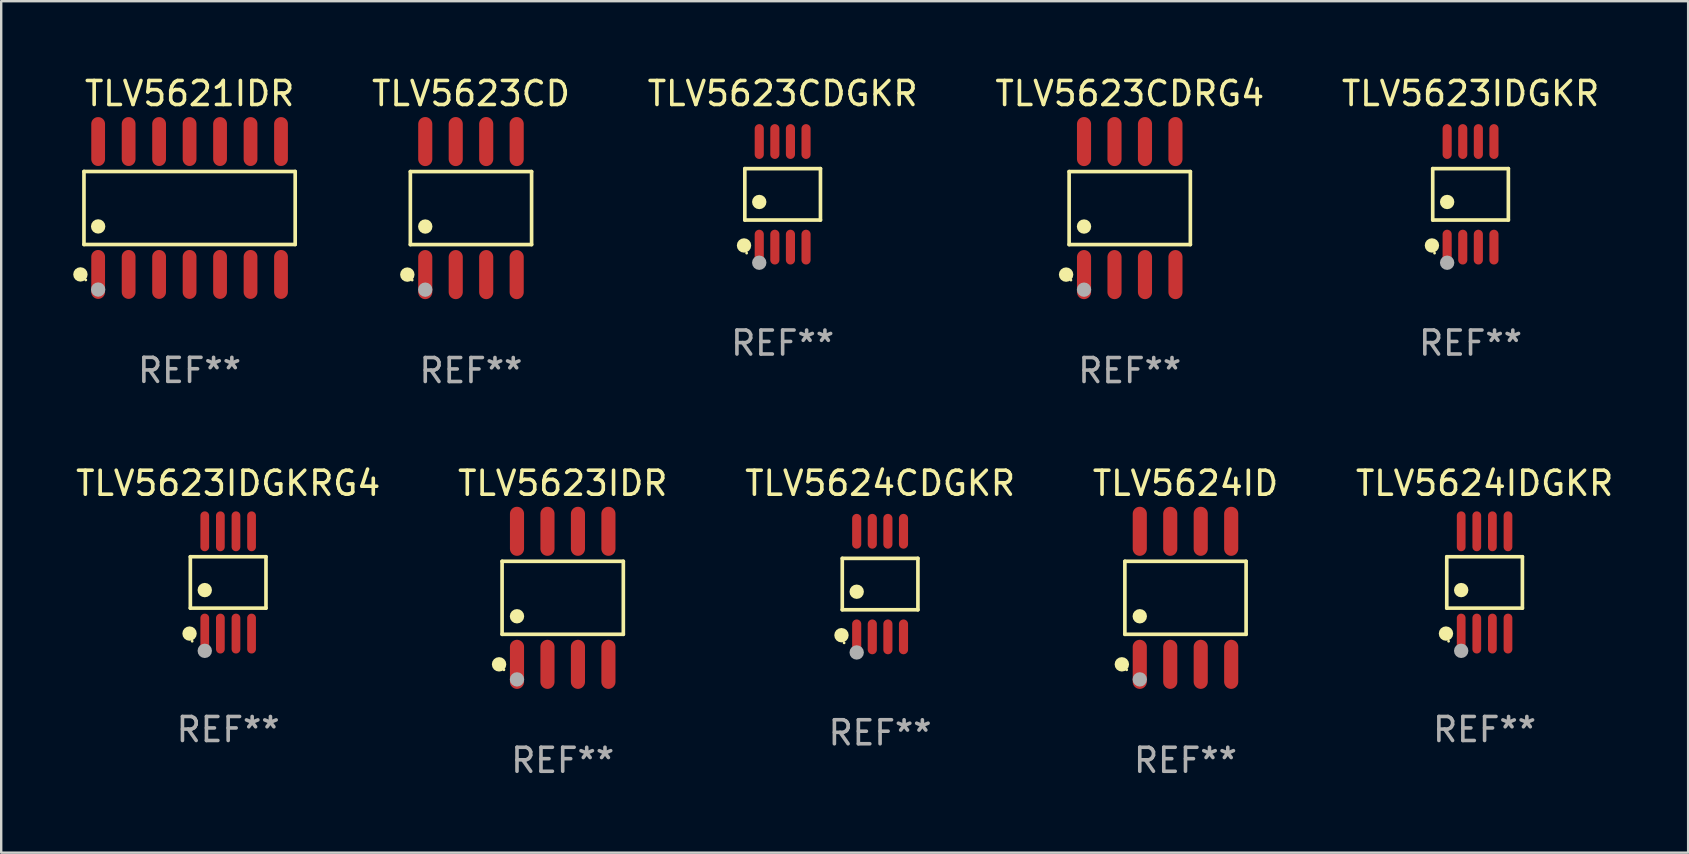
<source format=kicad_pcb>
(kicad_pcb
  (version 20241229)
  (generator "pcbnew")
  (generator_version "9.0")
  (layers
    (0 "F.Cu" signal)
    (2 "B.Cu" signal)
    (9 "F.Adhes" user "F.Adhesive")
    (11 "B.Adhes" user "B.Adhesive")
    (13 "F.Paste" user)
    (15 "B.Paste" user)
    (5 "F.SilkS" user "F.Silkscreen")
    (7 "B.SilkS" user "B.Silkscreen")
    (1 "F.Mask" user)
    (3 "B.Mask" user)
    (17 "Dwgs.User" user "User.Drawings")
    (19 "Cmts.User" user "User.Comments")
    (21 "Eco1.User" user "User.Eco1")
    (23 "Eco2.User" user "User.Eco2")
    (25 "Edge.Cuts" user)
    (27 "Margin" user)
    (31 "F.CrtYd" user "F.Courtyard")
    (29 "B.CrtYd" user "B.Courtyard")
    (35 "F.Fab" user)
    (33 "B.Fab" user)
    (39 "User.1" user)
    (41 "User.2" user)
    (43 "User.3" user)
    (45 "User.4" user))
  (footprint "TLV5623IDGKR"
    (layer "F.Cu")
    (at 58.23 5.048)
    (property "Reference" "TLV5623IDGKR" (at 0 -4.2 0) (layer "F.SilkS") (effects (font (size 1 1) (thickness 0.15))))
    (attr through_hole)
    (fp_line (start -1.576 -1.071) (end 1.576 -1.071) (stroke (width 0.152) (type solid)) (layer "F.SilkS"))
    (fp_line (start -1.576 1.071) (end -1.576 -1.071) (stroke (width 0.152) (type solid)) (layer "F.SilkS"))
    (fp_line (start 1.576 -1.071) (end 1.576 1.071) (stroke (width 0.152) (type solid)) (layer "F.SilkS"))
    (fp_line (start 1.576 1.071) (end -1.576 1.071) (stroke (width 0.152) (type solid)) (layer "F.SilkS"))
    (fp_circle (center -1.609 2.131) (end -1.459 2.131) (stroke (width 0.3) (type solid)) (fill no) (layer "F.SilkS"))
    (fp_circle (center -1.5 2.45) (end -1.47 2.45) (stroke (width 0.06) (type solid)) (fill no) (layer "F.SilkS"))
    (fp_circle (center -0.975 0.319) (end -0.825 0.319) (stroke (width 0.3) (type solid)) (fill no) (layer "F.SilkS"))
    (fp_circle (center -0.975 2.85) (end -0.825 2.85) (stroke (width 0.3) (type solid)) (fill no) (layer "F.Fab"))
    (fp_text user "REF**" (at 0 6.2 0) (layer "F.Fab") (effects (font (size 1 1) (thickness 0.15))))
    (pad "1" smd oval (at -0.975 2.2) (size 0.38 1.45) (layers "F.Cu" "F.Mask" "F.Paste"))
    (pad "2" smd oval (at -0.325 2.2) (size 0.38 1.45) (layers "F.Cu" "F.Mask" "F.Paste"))
    (pad "3" smd oval (at 0.325 2.2) (size 0.38 1.45) (layers "F.Cu" "F.Mask" "F.Paste"))
    (pad "4" smd oval (at 0.975 2.2) (size 0.38 1.45) (layers "F.Cu" "F.Mask" "F.Paste"))
    (pad "5" smd oval (at 0.975 -2.2) (size 0.38 1.45) (layers "F.Cu" "F.Mask" "F.Paste"))
    (pad "6" smd oval (at 0.325 -2.2) (size 0.38 1.45) (layers "F.Cu" "F.Mask" "F.Paste"))
    (pad "7" smd oval (at -0.325 -2.2) (size 0.38 1.45) (layers "F.Cu" "F.Mask" "F.Paste"))
    (pad "8" smd oval (at -0.975 -2.2) (size 0.38 1.45) (layers "F.Cu" "F.Mask" "F.Paste")))
  (footprint "TLV5623IDGKRG4"
    (layer "F.Cu")
    (at 6.458 21.221)
    (property "Reference" "TLV5623IDGKRG4" (at 0 -4.131 0) (layer "F.SilkS") (effects (font (size 1 1) (thickness 0.15))))
    (attr through_hole)
    (fp_line (start -1.576 -1.071) (end 1.576 -1.071) (stroke (width 0.152) (type solid)) (layer "F.SilkS"))
    (fp_line (start -1.576 1.071) (end -1.576 -1.071) (stroke (width 0.152) (type solid)) (layer "F.SilkS"))
    (fp_line (start 1.576 -1.071) (end 1.576 1.071) (stroke (width 0.152) (type solid)) (layer "F.SilkS"))
    (fp_line (start 1.576 1.071) (end -1.576 1.071) (stroke (width 0.152) (type solid)) (layer "F.SilkS"))
    (fp_circle (center -1.609 2.131) (end -1.459 2.131) (stroke (width 0.3) (type solid)) (fill no) (layer "F.SilkS"))
    (fp_circle (center -1.5 2.45) (end -1.47 2.45) (stroke (width 0.06) (type solid)) (fill no) (layer "F.SilkS"))
    (fp_circle (center -0.975 0.319) (end -0.825 0.319) (stroke (width 0.3) (type solid)) (fill no) (layer "F.SilkS"))
    (fp_circle (center -0.975 2.85) (end -0.825 2.85) (stroke (width 0.3) (type solid)) (fill no) (layer "F.Fab"))
    (fp_text user "REF**" (at 0 6.131 0) (layer "F.Fab") (effects (font (size 1 1) (thickness 0.15))))
    (pad "1" smd oval (at -0.975 2.131) (size 0.364 1.662) (layers "F.Cu" "F.Mask" "F.Paste"))
    (pad "2" smd oval (at -0.325 2.131) (size 0.364 1.662) (layers "F.Cu" "F.Mask" "F.Paste"))
    (pad "3" smd oval (at 0.325 2.131) (size 0.364 1.662) (layers "F.Cu" "F.Mask" "F.Paste"))
    (pad "4" smd oval (at 0.975 2.131) (size 0.364 1.662) (layers "F.Cu" "F.Mask" "F.Paste"))
    (pad "5" smd oval (at 0.975 -2.131) (size 0.364 1.662) (layers "F.Cu" "F.Mask" "F.Paste"))
    (pad "6" smd oval (at 0.325 -2.131) (size 0.364 1.662) (layers "F.Cu" "F.Mask" "F.Paste"))
    (pad "7" smd oval (at -0.325 -2.131) (size 0.364 1.662) (layers "F.Cu" "F.Mask" "F.Paste"))
    (pad "8" smd oval (at -0.975 -2.131) (size 0.364 1.662) (layers "F.Cu" "F.Mask" "F.Paste")))
  (footprint "TLV5623CD"
    (layer "F.Cu")
    (at 16.576 5.621)
    (property "Reference" "TLV5623CD" (at 0 -4.772 0) (layer "F.SilkS") (effects (font (size 1 1) (thickness 0.15))))
    (attr through_hole)
    (fp_line (start -2.526 -1.521) (end 2.526 -1.521) (stroke (width 0.152) (type solid)) (layer "F.SilkS"))
    (fp_line (start -2.526 1.521) (end -2.526 -1.521) (stroke (width 0.152) (type solid)) (layer "F.SilkS"))
    (fp_line (start 2.526 -1.521) (end 2.526 1.521) (stroke (width 0.152) (type solid)) (layer "F.SilkS"))
    (fp_line (start 2.526 1.521) (end -2.526 1.521) (stroke (width 0.152) (type solid)) (layer "F.SilkS"))
    (fp_circle (center -2.652 2.772) (end -2.501 2.772) (stroke (width 0.3) (type solid)) (fill no) (layer "F.SilkS"))
    (fp_circle (center -2.45 3) (end -2.42 3) (stroke (width 0.06) (type solid)) (fill no) (layer "F.SilkS"))
    (fp_circle (center -1.905 0.769) (end -1.755 0.769) (stroke (width 0.3) (type solid)) (fill no) (layer "F.SilkS"))
    (fp_circle (center -1.905 3.4) (end -1.755 3.4) (stroke (width 0.3) (type solid)) (fill no) (layer "F.Fab"))
    (fp_text user "REF**" (at 0 6.772 0) (layer "F.Fab") (effects (font (size 1 1) (thickness 0.15))))
    (pad "1" smd oval (at -1.905 2.772) (size 0.588 2.045) (layers "F.Cu" "F.Mask" "F.Paste"))
    (pad "2" smd oval (at -0.635 2.772) (size 0.588 2.045) (layers "F.Cu" "F.Mask" "F.Paste"))
    (pad "3" smd oval (at 0.635 2.772) (size 0.588 2.045) (layers "F.Cu" "F.Mask" "F.Paste"))
    (pad "4" smd oval (at 1.905 2.772) (size 0.588 2.045) (layers "F.Cu" "F.Mask" "F.Paste"))
    (pad "5" smd oval (at 1.905 -2.772) (size 0.588 2.045) (layers "F.Cu" "F.Mask" "F.Paste"))
    (pad "6" smd oval (at 0.635 -2.772) (size 0.588 2.045) (layers "F.Cu" "F.Mask" "F.Paste"))
    (pad "7" smd oval (at -0.635 -2.772) (size 0.588 2.045) (layers "F.Cu" "F.Mask" "F.Paste"))
    (pad "8" smd oval (at -1.905 -2.772) (size 0.588 2.045) (layers "F.Cu" "F.Mask" "F.Paste")))
  (footprint "TLV5623CDRG4"
    (layer "F.Cu")
    (at 44.028 5.621)
    (property "Reference" "TLV5623CDRG4" (at 0 -4.772 0) (layer "F.SilkS") (effects (font (size 1 1) (thickness 0.15))))
    (attr through_hole)
    (fp_line (start -2.526 -1.521) (end 2.526 -1.521) (stroke (width 0.152) (type solid)) (layer "F.SilkS"))
    (fp_line (start -2.526 1.521) (end -2.526 -1.521) (stroke (width 0.152) (type solid)) (layer "F.SilkS"))
    (fp_line (start 2.526 -1.521) (end 2.526 1.521) (stroke (width 0.152) (type solid)) (layer "F.SilkS"))
    (fp_line (start 2.526 1.521) (end -2.526 1.521) (stroke (width 0.152) (type solid)) (layer "F.SilkS"))
    (fp_circle (center -2.652 2.772) (end -2.501 2.772) (stroke (width 0.3) (type solid)) (fill no) (layer "F.SilkS"))
    (fp_circle (center -2.45 3) (end -2.42 3) (stroke (width 0.06) (type solid)) (fill no) (layer "F.SilkS"))
    (fp_circle (center -1.905 0.769) (end -1.755 0.769) (stroke (width 0.3) (type solid)) (fill no) (layer "F.SilkS"))
    (fp_circle (center -1.905 3.4) (end -1.755 3.4) (stroke (width 0.3) (type solid)) (fill no) (layer "F.Fab"))
    (fp_text user "REF**" (at 0 6.772 0) (layer "F.Fab") (effects (font (size 1 1) (thickness 0.15))))
    (pad "1" smd oval (at -1.905 2.772) (size 0.588 2.045) (layers "F.Cu" "F.Mask" "F.Paste"))
    (pad "2" smd oval (at -0.635 2.772) (size 0.588 2.045) (layers "F.Cu" "F.Mask" "F.Paste"))
    (pad "3" smd oval (at 0.635 2.772) (size 0.588 2.045) (layers "F.Cu" "F.Mask" "F.Paste"))
    (pad "4" smd oval (at 1.905 2.772) (size 0.588 2.045) (layers "F.Cu" "F.Mask" "F.Paste"))
    (pad "5" smd oval (at 1.905 -2.772) (size 0.588 2.045) (layers "F.Cu" "F.Mask" "F.Paste"))
    (pad "6" smd oval (at 0.635 -2.772) (size 0.588 2.045) (layers "F.Cu" "F.Mask" "F.Paste"))
    (pad "7" smd oval (at -0.635 -2.772) (size 0.588 2.045) (layers "F.Cu" "F.Mask" "F.Paste"))
    (pad "8" smd oval (at -1.905 -2.772) (size 0.588 2.045) (layers "F.Cu" "F.Mask" "F.Paste")))
  (footprint "TLV5624IDGKR"
    (layer "F.Cu")
    (at 58.815 21.221)
    (property "Reference" "TLV5624IDGKR" (at 0 -4.131 0) (layer "F.SilkS") (effects (font (size 1 1) (thickness 0.15))))
    (attr through_hole)
    (fp_line (start -1.576 -1.071) (end 1.576 -1.071) (stroke (width 0.152) (type solid)) (layer "F.SilkS"))
    (fp_line (start -1.576 1.071) (end -1.576 -1.071) (stroke (width 0.152) (type solid)) (layer "F.SilkS"))
    (fp_line (start 1.576 -1.071) (end 1.576 1.071) (stroke (width 0.152) (type solid)) (layer "F.SilkS"))
    (fp_line (start 1.576 1.071) (end -1.576 1.071) (stroke (width 0.152) (type solid)) (layer "F.SilkS"))
    (fp_circle (center -1.609 2.131) (end -1.459 2.131) (stroke (width 0.3) (type solid)) (fill no) (layer "F.SilkS"))
    (fp_circle (center -1.5 2.45) (end -1.47 2.45) (stroke (width 0.06) (type solid)) (fill no) (layer "F.SilkS"))
    (fp_circle (center -0.975 0.319) (end -0.825 0.319) (stroke (width 0.3) (type solid)) (fill no) (layer "F.SilkS"))
    (fp_circle (center -0.975 2.85) (end -0.825 2.85) (stroke (width 0.3) (type solid)) (fill no) (layer "F.Fab"))
    (fp_text user "REF**" (at 0 6.131 0) (layer "F.Fab") (effects (font (size 1 1) (thickness 0.15))))
    (pad "1" smd oval (at -0.975 2.131) (size 0.364 1.662) (layers "F.Cu" "F.Mask" "F.Paste"))
    (pad "2" smd oval (at -0.325 2.131) (size 0.364 1.662) (layers "F.Cu" "F.Mask" "F.Paste"))
    (pad "3" smd oval (at 0.325 2.131) (size 0.364 1.662) (layers "F.Cu" "F.Mask" "F.Paste"))
    (pad "4" smd oval (at 0.975 2.131) (size 0.364 1.662) (layers "F.Cu" "F.Mask" "F.Paste"))
    (pad "5" smd oval (at 0.975 -2.131) (size 0.364 1.662) (layers "F.Cu" "F.Mask" "F.Paste"))
    (pad "6" smd oval (at 0.325 -2.131) (size 0.364 1.662) (layers "F.Cu" "F.Mask" "F.Paste"))
    (pad "7" smd oval (at -0.325 -2.131) (size 0.364 1.662) (layers "F.Cu" "F.Mask" "F.Paste"))
    (pad "8" smd oval (at -0.975 -2.131) (size 0.364 1.662) (layers "F.Cu" "F.Mask" "F.Paste")))
  (footprint "TLV5624CDGKR"
    (layer "F.Cu")
    (at 33.625 21.289)
    (property "Reference" "TLV5624CDGKR" (at 0 -4.2 0) (layer "F.SilkS") (effects (font (size 1 1) (thickness 0.15))))
    (attr through_hole)
    (fp_line (start -1.576 -1.071) (end 1.576 -1.071) (stroke (width 0.152) (type solid)) (layer "F.SilkS"))
    (fp_line (start -1.576 1.071) (end -1.576 -1.071) (stroke (width 0.152) (type solid)) (layer "F.SilkS"))
    (fp_line (start 1.576 -1.071) (end 1.576 1.071) (stroke (width 0.152) (type solid)) (layer "F.SilkS"))
    (fp_line (start 1.576 1.071) (end -1.576 1.071) (stroke (width 0.152) (type solid)) (layer "F.SilkS"))
    (fp_circle (center -1.609 2.131) (end -1.459 2.131) (stroke (width 0.3) (type solid)) (fill no) (layer "F.SilkS"))
    (fp_circle (center -1.5 2.45) (end -1.47 2.45) (stroke (width 0.06) (type solid)) (fill no) (layer "F.SilkS"))
    (fp_circle (center -0.975 0.319) (end -0.825 0.319) (stroke (width 0.3) (type solid)) (fill no) (layer "F.SilkS"))
    (fp_circle (center -0.975 2.85) (end -0.825 2.85) (stroke (width 0.3) (type solid)) (fill no) (layer "F.Fab"))
    (fp_text user "REF**" (at 0 6.2 0) (layer "F.Fab") (effects (font (size 1 1) (thickness 0.15))))
    (pad "1" smd oval (at -0.975 2.2) (size 0.38 1.45) (layers "F.Cu" "F.Mask" "F.Paste"))
    (pad "2" smd oval (at -0.325 2.2) (size 0.38 1.45) (layers "F.Cu" "F.Mask" "F.Paste"))
    (pad "3" smd oval (at 0.325 2.2) (size 0.38 1.45) (layers "F.Cu" "F.Mask" "F.Paste"))
    (pad "4" smd oval (at 0.975 2.2) (size 0.38 1.45) (layers "F.Cu" "F.Mask" "F.Paste"))
    (pad "5" smd oval (at 0.975 -2.2) (size 0.38 1.45) (layers "F.Cu" "F.Mask" "F.Paste"))
    (pad "6" smd oval (at 0.325 -2.2) (size 0.38 1.45) (layers "F.Cu" "F.Mask" "F.Paste"))
    (pad "7" smd oval (at -0.325 -2.2) (size 0.38 1.45) (layers "F.Cu" "F.Mask" "F.Paste"))
    (pad "8" smd oval (at -0.975 -2.2) (size 0.38 1.45) (layers "F.Cu" "F.Mask" "F.Paste")))
  (footprint "TLV5621IDR"
    (layer "F.Cu")
    (at 4.85 5.617)
    (property "Reference" "TLV5621IDR" (at 0 -4.769 0) (layer "F.SilkS") (effects (font (size 1 1) (thickness 0.15))))
    (attr through_hole)
    (fp_line (start -4.401 -1.521) (end 4.401 -1.521) (stroke (width 0.152) (type solid)) (layer "F.SilkS"))
    (fp_line (start -4.401 1.521) (end -4.401 -1.521) (stroke (width 0.152) (type solid)) (layer "F.SilkS"))
    (fp_line (start 4.401 -1.521) (end 4.401 1.521) (stroke (width 0.152) (type solid)) (layer "F.SilkS"))
    (fp_line (start 4.401 1.521) (end -4.401 1.521) (stroke (width 0.152) (type solid)) (layer "F.SilkS"))
    (fp_circle (center -4.549 2.769) (end -4.399 2.769) (stroke (width 0.3) (type solid)) (fill no) (layer "F.SilkS"))
    (fp_circle (center -4.325 3) (end -4.295 3) (stroke (width 0.06) (type solid)) (fill no) (layer "F.SilkS"))
    (fp_circle (center -3.81 0.769) (end -3.66 0.769) (stroke (width 0.3) (type solid)) (fill no) (layer "F.SilkS"))
    (fp_circle (center -3.81 3.4) (end -3.66 3.4) (stroke (width 0.3) (type solid)) (fill no) (layer "F.Fab"))
    (fp_text user "REF**" (at 0 6.769 0) (layer "F.Fab") (effects (font (size 1 1) (thickness 0.15))))
    (pad "1" smd oval (at -3.81 2.769) (size 0.574 2.038) (layers "F.Cu" "F.Mask" "F.Paste"))
    (pad "2" smd oval (at -2.54 2.769) (size 0.574 2.038) (layers "F.Cu" "F.Mask" "F.Paste"))
    (pad "3" smd oval (at -1.27 2.769) (size 0.574 2.038) (layers "F.Cu" "F.Mask" "F.Paste"))
    (pad "4" smd oval (at 0 2.769) (size 0.574 2.038) (layers "F.Cu" "F.Mask" "F.Paste"))
    (pad "5" smd oval (at 1.27 2.769) (size 0.574 2.038) (layers "F.Cu" "F.Mask" "F.Paste"))
    (pad "6" smd oval (at 2.54 2.769) (size 0.574 2.038) (layers "F.Cu" "F.Mask" "F.Paste"))
    (pad "7" smd oval (at 3.81 2.769) (size 0.574 2.038) (layers "F.Cu" "F.Mask" "F.Paste"))
    (pad "8" smd oval (at 3.81 -2.769) (size 0.574 2.038) (layers "F.Cu" "F.Mask" "F.Paste"))
    (pad "9" smd oval (at 2.54 -2.769) (size 0.574 2.038) (layers "F.Cu" "F.Mask" "F.Paste"))
    (pad "10" smd oval (at 1.27 -2.769) (size 0.574 2.038) (layers "F.Cu" "F.Mask" "F.Paste"))
    (pad "11" smd oval (at 0 -2.769) (size 0.574 2.038) (layers "F.Cu" "F.Mask" "F.Paste"))
    (pad "12" smd oval (at -1.27 -2.769) (size 0.574 2.038) (layers "F.Cu" "F.Mask" "F.Paste"))
    (pad "13" smd oval (at -2.54 -2.769) (size 0.574 2.038) (layers "F.Cu" "F.Mask" "F.Paste"))
    (pad "14" smd oval (at -3.81 -2.769) (size 0.574 2.038) (layers "F.Cu" "F.Mask" "F.Paste")))
  (footprint "TLV5623IDR"
    (layer "F.Cu")
    (at 20.399 21.862)
    (property "Reference" "TLV5623IDR" (at 0 -4.772 0) (layer "F.SilkS") (effects (font (size 1 1) (thickness 0.15))))
    (attr through_hole)
    (fp_line (start -2.526 -1.521) (end 2.526 -1.521) (stroke (width 0.152) (type solid)) (layer "F.SilkS"))
    (fp_line (start -2.526 1.521) (end -2.526 -1.521) (stroke (width 0.152) (type solid)) (layer "F.SilkS"))
    (fp_line (start 2.526 -1.521) (end 2.526 1.521) (stroke (width 0.152) (type solid)) (layer "F.SilkS"))
    (fp_line (start 2.526 1.521) (end -2.526 1.521) (stroke (width 0.152) (type solid)) (layer "F.SilkS"))
    (fp_circle (center -2.652 2.772) (end -2.501 2.772) (stroke (width 0.3) (type solid)) (fill no) (layer "F.SilkS"))
    (fp_circle (center -2.45 3) (end -2.42 3) (stroke (width 0.06) (type solid)) (fill no) (layer "F.SilkS"))
    (fp_circle (center -1.905 0.769) (end -1.755 0.769) (stroke (width 0.3) (type solid)) (fill no) (layer "F.SilkS"))
    (fp_circle (center -1.905 3.4) (end -1.755 3.4) (stroke (width 0.3) (type solid)) (fill no) (layer "F.Fab"))
    (fp_text user "REF**" (at 0 6.772 0) (layer "F.Fab") (effects (font (size 1 1) (thickness 0.15))))
    (pad "1" smd oval (at -1.905 2.772) (size 0.588 2.045) (layers "F.Cu" "F.Mask" "F.Paste"))
    (pad "2" smd oval (at -0.635 2.772) (size 0.588 2.045) (layers "F.Cu" "F.Mask" "F.Paste"))
    (pad "3" smd oval (at 0.635 2.772) (size 0.588 2.045) (layers "F.Cu" "F.Mask" "F.Paste"))
    (pad "4" smd oval (at 1.905 2.772) (size 0.588 2.045) (layers "F.Cu" "F.Mask" "F.Paste"))
    (pad "5" smd oval (at 1.905 -2.772) (size 0.588 2.045) (layers "F.Cu" "F.Mask" "F.Paste"))
    (pad "6" smd oval (at 0.635 -2.772) (size 0.588 2.045) (layers "F.Cu" "F.Mask" "F.Paste"))
    (pad "7" smd oval (at -0.635 -2.772) (size 0.588 2.045) (layers "F.Cu" "F.Mask" "F.Paste"))
    (pad "8" smd oval (at -1.905 -2.772) (size 0.588 2.045) (layers "F.Cu" "F.Mask" "F.Paste")))
  (footprint "TLV5623CDGKR"
    (layer "F.Cu")
    (at 29.564 5.048)
    (property "Reference" "TLV5623CDGKR" (at 0 -4.2 0) (layer "F.SilkS") (effects (font (size 1 1) (thickness 0.15))))
    (attr through_hole)
    (fp_line (start -1.576 -1.071) (end 1.576 -1.071) (stroke (width 0.152) (type solid)) (layer "F.SilkS"))
    (fp_line (start -1.576 1.071) (end -1.576 -1.071) (stroke (width 0.152) (type solid)) (layer "F.SilkS"))
    (fp_line (start 1.576 -1.071) (end 1.576 1.071) (stroke (width 0.152) (type solid)) (layer "F.SilkS"))
    (fp_line (start 1.576 1.071) (end -1.576 1.071) (stroke (width 0.152) (type solid)) (layer "F.SilkS"))
    (fp_circle (center -1.609 2.131) (end -1.459 2.131) (stroke (width 0.3) (type solid)) (fill no) (layer "F.SilkS"))
    (fp_circle (center -1.5 2.45) (end -1.47 2.45) (stroke (width 0.06) (type solid)) (fill no) (layer "F.SilkS"))
    (fp_circle (center -0.975 0.319) (end -0.825 0.319) (stroke (width 0.3) (type solid)) (fill no) (layer "F.SilkS"))
    (fp_circle (center -0.975 2.85) (end -0.825 2.85) (stroke (width 0.3) (type solid)) (fill no) (layer "F.Fab"))
    (fp_text user "REF**" (at 0 6.2 0) (layer "F.Fab") (effects (font (size 1 1) (thickness 0.15))))
    (pad "1" smd oval (at -0.975 2.2) (size 0.38 1.45) (layers "F.Cu" "F.Mask" "F.Paste"))
    (pad "2" smd oval (at -0.325 2.2) (size 0.38 1.45) (layers "F.Cu" "F.Mask" "F.Paste"))
    (pad "3" smd oval (at 0.325 2.2) (size 0.38 1.45) (layers "F.Cu" "F.Mask" "F.Paste"))
    (pad "4" smd oval (at 0.975 2.2) (size 0.38 1.45) (layers "F.Cu" "F.Mask" "F.Paste"))
    (pad "5" smd oval (at 0.975 -2.2) (size 0.38 1.45) (layers "F.Cu" "F.Mask" "F.Paste"))
    (pad "6" smd oval (at 0.325 -2.2) (size 0.38 1.45) (layers "F.Cu" "F.Mask" "F.Paste"))
    (pad "7" smd oval (at -0.325 -2.2) (size 0.38 1.45) (layers "F.Cu" "F.Mask" "F.Paste"))
    (pad "8" smd oval (at -0.975 -2.2) (size 0.38 1.45) (layers "F.Cu" "F.Mask" "F.Paste")))
  (footprint "TLV5624ID"
    (layer "F.Cu")
    (at 46.351 21.862)
    (property "Reference" "TLV5624ID" (at 0 -4.772 0) (layer "F.SilkS") (effects (font (size 1 1) (thickness 0.15))))
    (attr through_hole)
    (fp_line (start -2.526 -1.521) (end 2.526 -1.521) (stroke (width 0.152) (type solid)) (layer "F.SilkS"))
    (fp_line (start -2.526 1.521) (end -2.526 -1.521) (stroke (width 0.152) (type solid)) (layer "F.SilkS"))
    (fp_line (start 2.526 -1.521) (end 2.526 1.521) (stroke (width 0.152) (type solid)) (layer "F.SilkS"))
    (fp_line (start 2.526 1.521) (end -2.526 1.521) (stroke (width 0.152) (type solid)) (layer "F.SilkS"))
    (fp_circle (center -2.652 2.772) (end -2.501 2.772) (stroke (width 0.3) (type solid)) (fill no) (layer "F.SilkS"))
    (fp_circle (center -2.45 3) (end -2.42 3) (stroke (width 0.06) (type solid)) (fill no) (layer "F.SilkS"))
    (fp_circle (center -1.905 0.769) (end -1.755 0.769) (stroke (width 0.3) (type solid)) (fill no) (layer "F.SilkS"))
    (fp_circle (center -1.905 3.4) (end -1.755 3.4) (stroke (width 0.3) (type solid)) (fill no) (layer "F.Fab"))
    (fp_text user "REF**" (at 0 6.772 0) (layer "F.Fab") (effects (font (size 1 1) (thickness 0.15))))
    (pad "1" smd oval (at -1.905 2.772) (size 0.588 2.045) (layers "F.Cu" "F.Mask" "F.Paste"))
    (pad "2" smd oval (at -0.635 2.772) (size 0.588 2.045) (layers "F.Cu" "F.Mask" "F.Paste"))
    (pad "3" smd oval (at 0.635 2.772) (size 0.588 2.045) (layers "F.Cu" "F.Mask" "F.Paste"))
    (pad "4" smd oval (at 1.905 2.772) (size 0.588 2.045) (layers "F.Cu" "F.Mask" "F.Paste"))
    (pad "5" smd oval (at 1.905 -2.772) (size 0.588 2.045) (layers "F.Cu" "F.Mask" "F.Paste"))
    (pad "6" smd oval (at 0.635 -2.772) (size 0.588 2.045) (layers "F.Cu" "F.Mask" "F.Paste"))
    (pad "7" smd oval (at -0.635 -2.772) (size 0.588 2.045) (layers "F.Cu" "F.Mask" "F.Paste"))
    (pad "8" smd oval (at -1.905 -2.772) (size 0.588 2.045) (layers "F.Cu" "F.Mask" "F.Paste")))
  (gr_rect
    (start -3 -3)
    (end 67.298 32.483)
    (stroke (width 0.1) (type default))
    (fill no)
    (layer "Edge.Cuts")))
</source>
